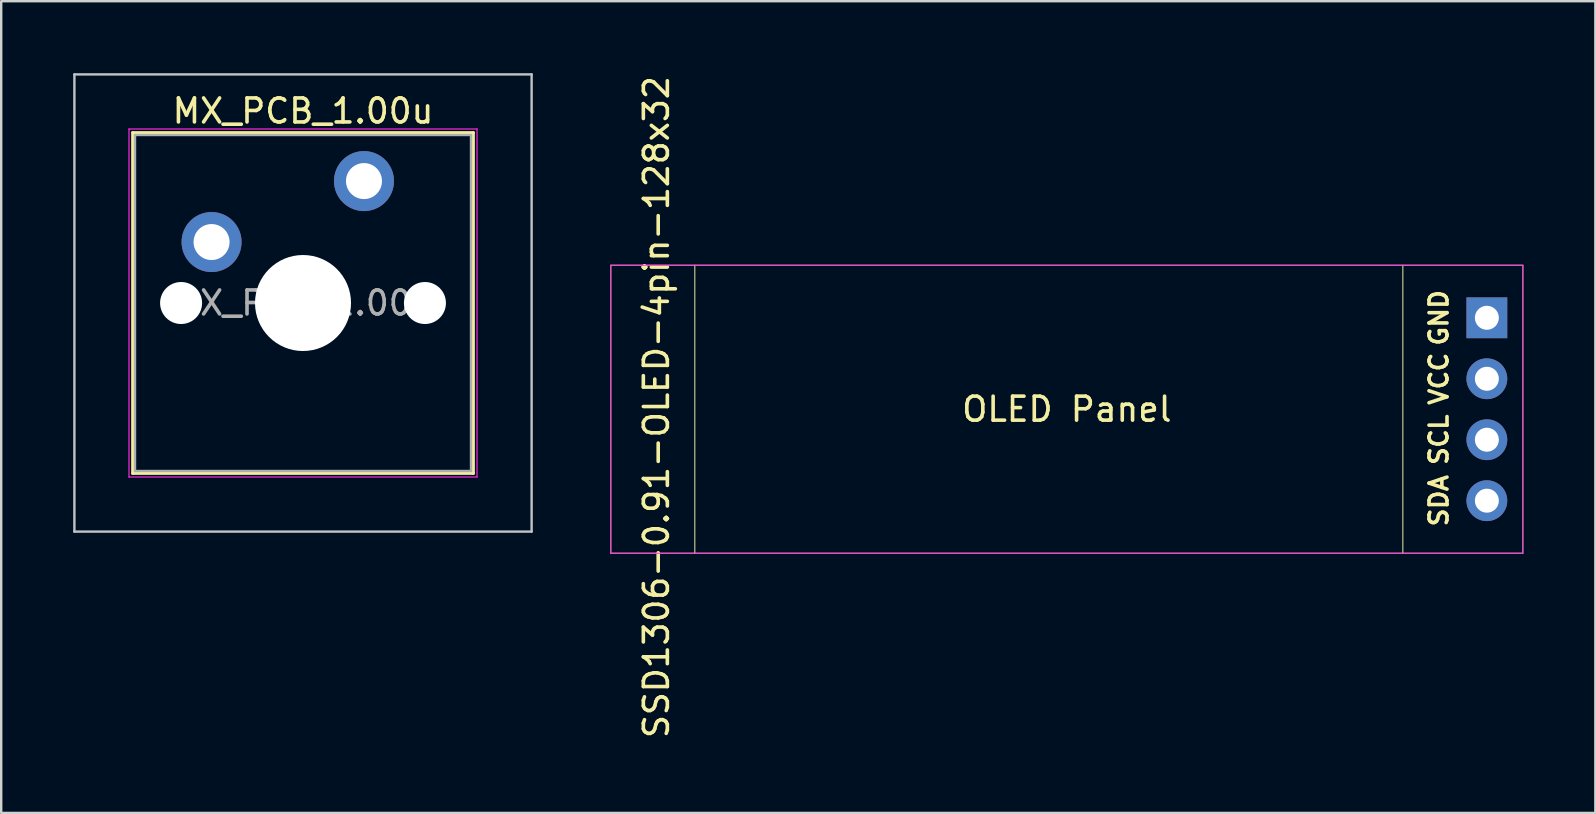
<source format=kicad_pcb>
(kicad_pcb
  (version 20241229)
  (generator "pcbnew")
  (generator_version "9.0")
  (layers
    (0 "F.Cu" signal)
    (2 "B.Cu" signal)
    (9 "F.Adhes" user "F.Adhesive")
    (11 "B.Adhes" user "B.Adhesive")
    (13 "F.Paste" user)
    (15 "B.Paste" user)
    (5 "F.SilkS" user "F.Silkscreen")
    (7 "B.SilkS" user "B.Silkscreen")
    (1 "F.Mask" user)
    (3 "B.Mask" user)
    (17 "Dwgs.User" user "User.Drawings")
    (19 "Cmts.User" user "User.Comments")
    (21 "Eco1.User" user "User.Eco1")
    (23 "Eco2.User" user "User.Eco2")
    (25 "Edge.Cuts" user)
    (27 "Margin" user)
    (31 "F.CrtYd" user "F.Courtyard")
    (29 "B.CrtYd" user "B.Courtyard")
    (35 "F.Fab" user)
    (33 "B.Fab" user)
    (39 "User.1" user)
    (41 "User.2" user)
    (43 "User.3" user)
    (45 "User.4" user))
  (footprint "SSD1306-0.91-OLED-4pin-128x32"
    (layer "F.Cu")
    (at 22.4 8.001)
    (property "Reference" "SSD1306-0.91-OLED-4pin-128x32" (at 1.9 5.91 90) (layer "F.SilkS") (effects (font (size 1 1) (thickness 0.15))))
    (attr through_hole)
    (fp_line (start 0 0) (end 0 12) (stroke (width 0.04) (type solid)) (layer "F.SilkS"))
    (fp_line (start 0 12) (end 38 12) (stroke (width 0.04) (type solid)) (layer "F.SilkS"))
    (fp_line (start 3.5 0) (end 3.5 12) (stroke (width 0.04) (type solid)) (layer "F.SilkS"))
    (fp_line (start 33 0) (end 33 12) (stroke (width 0.04) (type solid)) (layer "F.SilkS"))
    (fp_line (start 38 0) (end 0 0) (stroke (width 0.04) (type solid)) (layer "F.SilkS"))
    (fp_line (start 38 12) (end 38 0) (stroke (width 0.04) (type solid)) (layer "F.SilkS"))
    (fp_line (start 0 0) (end 0 12) (stroke (width 0.04) (type solid)) (layer "F.CrtYd"))
    (fp_line (start 0 12) (end 38 12) (stroke (width 0.04) (type solid)) (layer "F.CrtYd"))
    (fp_line (start 38 0) (end 0 0) (stroke (width 0.04) (type solid)) (layer "F.CrtYd"))
    (fp_line (start 38 12) (end 38 0) (stroke (width 0.04) (type solid)) (layer "F.CrtYd"))
    (fp_text user "SCL" (at 34.5 7.27 270) (layer "F.SilkS") (effects (font (size 0.75 0.75) (thickness 0.15))))
    (fp_text user "SDA" (at 34.5 9.81 270) (layer "F.SilkS") (effects (font (size 0.75 0.75) (thickness 0.15))))
    (fp_text user "GND" (at 34.5 2.19 270) (layer "F.SilkS") (effects (font (size 0.75 0.75) (thickness 0.15))))
    (fp_text user "OLED Panel" (at 19 6 0) (layer "F.SilkS") (effects (font (size 1 1) (thickness 0.15))))
    (fp_text user "VCC" (at 34.5 4.73 270) (layer "F.SilkS") (effects (font (size 0.75 0.75) (thickness 0.15))))
    (pad "1" thru_hole rect (at 36.5 2.19) (size 1.7 1.7) (drill 1) (layers "*.Cu" "*.Mask"))
    (pad "2" thru_hole oval (at 36.5 4.73) (size 1.7 1.7) (drill 1) (layers "*.Cu" "*.Mask"))
    (pad "3" thru_hole oval (at 36.5 7.27) (size 1.7 1.7) (drill 1) (layers "*.Cu" "*.Mask"))
    (pad "4" thru_hole oval (at 36.5 9.81) (size 1.7 1.7) (drill 1) (layers "*.Cu" "*.Mask")))
  (footprint "MX_PCB_1.00u"
    (layer "F.Cu")
    (at 9.575 9.575)
    (property "Reference" "MX_PCB_1.00u" (at 0 -8 0) (layer "F.SilkS") (effects (font (size 1 1) (thickness 0.15))))
    (attr through_hole)
    (fp_line (start -7.1 -7.1) (end -7.1 7.1) (stroke (width 0.12) (type solid)) (layer "F.SilkS"))
    (fp_line (start -7.1 7.1) (end 7.1 7.1) (stroke (width 0.12) (type solid)) (layer "F.SilkS"))
    (fp_line (start 7.1 -7.1) (end -7.1 -7.1) (stroke (width 0.12) (type solid)) (layer "F.SilkS"))
    (fp_line (start 7.1 7.1) (end 7.1 -7.1) (stroke (width 0.12) (type solid)) (layer "F.SilkS"))
    (fp_line (start -9.525 -9.525) (end -9.525 9.525) (stroke (width 0.1) (type solid)) (layer "Dwgs.User"))
    (fp_line (start -9.525 9.525) (end 9.525 9.525) (stroke (width 0.1) (type solid)) (layer "Dwgs.User"))
    (fp_line (start 9.525 -9.525) (end -9.525 -9.525) (stroke (width 0.1) (type solid)) (layer "Dwgs.User"))
    (fp_line (start 9.525 9.525) (end 9.525 -9.525) (stroke (width 0.1) (type solid)) (layer "Dwgs.User"))
    (fp_line (start -7 -7) (end -7 7) (stroke (width 0.1) (type solid)) (layer "Eco1.User"))
    (fp_line (start -7 7) (end 7 7) (stroke (width 0.1) (type solid)) (layer "Eco1.User"))
    (fp_line (start 7 -7) (end -7 -7) (stroke (width 0.1) (type solid)) (layer "Eco1.User"))
    (fp_line (start 7 7) (end 7 -7) (stroke (width 0.1) (type solid)) (layer "Eco1.User"))
    (fp_line (start -7.25 -7.25) (end -7.25 7.25) (stroke (width 0.05) (type solid)) (layer "F.CrtYd"))
    (fp_line (start -7.25 7.25) (end 7.25 7.25) (stroke (width 0.05) (type solid)) (layer "F.CrtYd"))
    (fp_line (start 7.25 -7.25) (end -7.25 -7.25) (stroke (width 0.05) (type solid)) (layer "F.CrtYd"))
    (fp_line (start 7.25 7.25) (end 7.25 -7.25) (stroke (width 0.05) (type solid)) (layer "F.CrtYd"))
    (fp_line (start -7 -7) (end -7 7) (stroke (width 0.1) (type solid)) (layer "F.Fab"))
    (fp_line (start -7 7) (end 7 7) (stroke (width 0.1) (type solid)) (layer "F.Fab"))
    (fp_line (start 7 -7) (end -7 -7) (stroke (width 0.1) (type solid)) (layer "F.Fab"))
    (fp_line (start 7 7) (end 7 -7) (stroke (width 0.1) (type solid)) (layer "F.Fab"))
    (fp_text user "${REFERENCE}" (at 0 0 0) (layer "F.Fab") (effects (font (size 1 1) (thickness 0.15))))
    (pad "" np_thru_hole circle (at -5.08 0) (size 1.75 1.75) (drill 1.75) (layers "*.Cu" "*.Mask"))
    (pad "" np_thru_hole circle (at 0 0) (size 4 4) (drill 4) (layers "*.Cu" "*.Mask"))
    (pad "" np_thru_hole circle (at 5.08 0) (size 1.75 1.75) (drill 1.75) (layers "*.Cu" "*.Mask"))
    (pad "1" thru_hole circle (at 2.54 -5.08) (size 2.5 2.5) (drill 1.5) (layers "*.Cu" "*.Mask"))
    (pad "2" thru_hole circle (at -3.81 -2.54) (size 2.5 2.5) (drill 1.5) (layers "*.Cu" "*.Mask")))
  (gr_rect
    (start -3 -3)
    (end 63.42 30.821)
    (stroke (width 0.1) (type default))
    (fill no)
    (layer "Edge.Cuts")))
</source>
